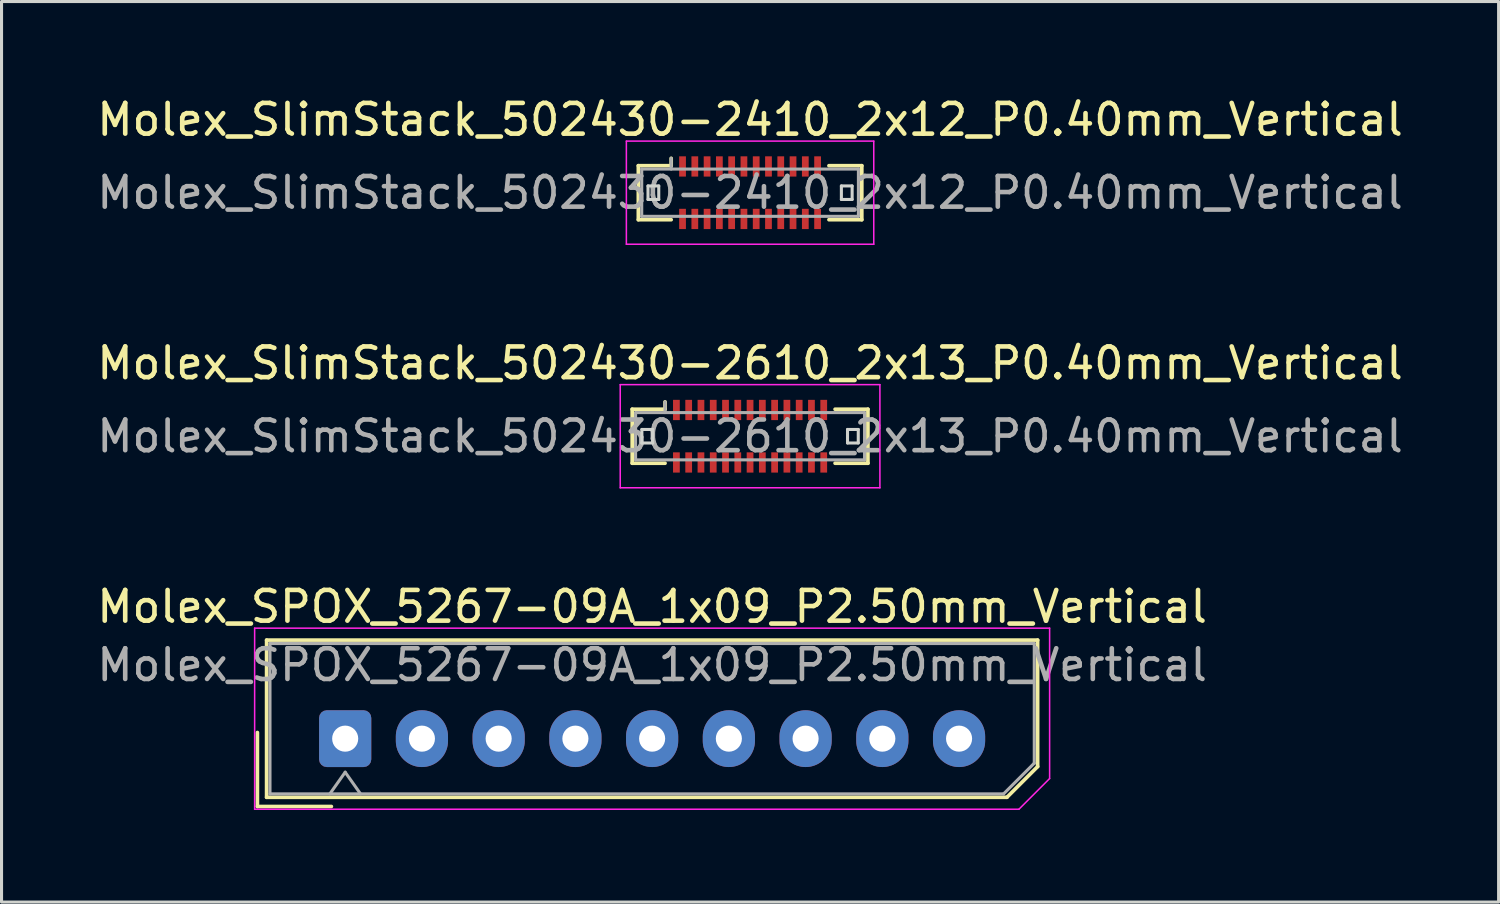
<source format=kicad_pcb>
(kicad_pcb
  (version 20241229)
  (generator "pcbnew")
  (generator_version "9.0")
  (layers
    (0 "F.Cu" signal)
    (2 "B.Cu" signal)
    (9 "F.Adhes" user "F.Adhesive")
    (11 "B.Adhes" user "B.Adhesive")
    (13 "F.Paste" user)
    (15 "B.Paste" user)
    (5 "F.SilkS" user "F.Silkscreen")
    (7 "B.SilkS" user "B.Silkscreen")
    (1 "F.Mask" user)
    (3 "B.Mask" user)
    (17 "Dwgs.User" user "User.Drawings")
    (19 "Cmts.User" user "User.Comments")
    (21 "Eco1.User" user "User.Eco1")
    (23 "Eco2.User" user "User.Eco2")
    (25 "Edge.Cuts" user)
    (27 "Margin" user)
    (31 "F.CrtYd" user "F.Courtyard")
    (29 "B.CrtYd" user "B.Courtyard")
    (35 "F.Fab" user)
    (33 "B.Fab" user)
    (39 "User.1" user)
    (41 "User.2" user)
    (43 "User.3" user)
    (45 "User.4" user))
  (footprint "Molex_SlimStack_502430-2410_2x12_P0.40mm_Vertical"
    (layer "F.Cu")
    (at 21.387 3.228)
    (property "Reference" "Molex_SlimStack_502430-2410_2x12_P0.40mm_Vertical" (at 0 -2.38 0) (layer "F.SilkS") (effects (font (size 1 1) (thickness 0.15))))
    (attr smd)
    (fp_line (start -3.64 -0.88) (end -2.57 -0.88) (stroke (width 0.12) (type solid)) (layer "F.SilkS"))
    (fp_line (start -3.64 0.88) (end -3.64 -0.88) (stroke (width 0.12) (type solid)) (layer "F.SilkS"))
    (fp_line (start -2.57 -0.88) (end -2.57 -1.12) (stroke (width 0.12) (type solid)) (layer "F.SilkS"))
    (fp_line (start -2.57 0.88) (end -3.64 0.88) (stroke (width 0.12) (type solid)) (layer "F.SilkS"))
    (fp_line (start 2.57 0.88) (end 3.64 0.88) (stroke (width 0.12) (type solid)) (layer "F.SilkS"))
    (fp_line (start 3.64 -0.88) (end 2.57 -0.88) (stroke (width 0.12) (type solid)) (layer "F.SilkS"))
    (fp_line (start 3.64 0.88) (end 3.64 -0.88) (stroke (width 0.12) (type solid)) (layer "F.SilkS"))
    (fp_line (start -3.325 -0.22) (end -3.325 0.22) (stroke (width 0.1) (type solid)) (layer "Edge.Cuts"))
    (fp_line (start -3.325 0.22) (end -2.975 0.22) (stroke (width 0.1) (type solid)) (layer "Edge.Cuts"))
    (fp_line (start -2.975 -0.22) (end -3.325 -0.22) (stroke (width 0.1) (type solid)) (layer "Edge.Cuts"))
    (fp_line (start -2.975 0.22) (end -2.975 -0.22) (stroke (width 0.1) (type solid)) (layer "Edge.Cuts"))
    (fp_line (start 2.975 -0.22) (end 2.975 0.22) (stroke (width 0.1) (type solid)) (layer "Edge.Cuts"))
    (fp_line (start 2.975 0.22) (end 3.325 0.22) (stroke (width 0.1) (type solid)) (layer "Edge.Cuts"))
    (fp_line (start 3.325 -0.22) (end 2.975 -0.22) (stroke (width 0.1) (type solid)) (layer "Edge.Cuts"))
    (fp_line (start 3.325 0.22) (end 3.325 -0.22) (stroke (width 0.1) (type solid)) (layer "Edge.Cuts"))
    (fp_line (start -4.03 -1.68) (end -4.03 1.68) (stroke (width 0.05) (type solid)) (layer "F.CrtYd"))
    (fp_line (start -4.03 1.68) (end 4.03 1.68) (stroke (width 0.05) (type solid)) (layer "F.CrtYd"))
    (fp_line (start 4.03 -1.68) (end -4.03 -1.68) (stroke (width 0.05) (type solid)) (layer "F.CrtYd"))
    (fp_line (start 4.03 1.68) (end 4.03 -1.68) (stroke (width 0.05) (type solid)) (layer "F.CrtYd"))
    (fp_line (start -3.53 -0.77) (end -3.53 0.77) (stroke (width 0.1) (type solid)) (layer "F.Fab"))
    (fp_line (start -3.53 0.77) (end 3.53 0.77) (stroke (width 0.1) (type solid)) (layer "F.Fab"))
    (fp_line (start -2.57 -0.77) (end -2.57 -1.12) (stroke (width 0.1) (type solid)) (layer "F.Fab"))
    (fp_line (start 3.53 -0.77) (end -3.53 -0.77) (stroke (width 0.1) (type solid)) (layer "F.Fab"))
    (fp_line (start 3.53 0.77) (end 3.53 -0.77) (stroke (width 0.1) (type solid)) (layer "F.Fab"))
    (fp_text user "${REFERENCE}" (at 0 0 0) (layer "F.Fab") (effects (font (size 1 1) (thickness 0.15))))
    (pad "1" smd rect (at -2.2 -0.855) (size 0.22 0.66) (layers "F.Cu" "F.Mask" "F.Paste"))
    (pad "2" smd rect (at -2.2 0.855) (size 0.22 0.66) (layers "F.Cu" "F.Mask" "F.Paste"))
    (pad "3" smd rect (at -1.8 -0.855) (size 0.22 0.66) (layers "F.Cu" "F.Mask" "F.Paste"))
    (pad "4" smd rect (at -1.8 0.855) (size 0.22 0.66) (layers "F.Cu" "F.Mask" "F.Paste"))
    (pad "5" smd rect (at -1.4 -0.855) (size 0.22 0.66) (layers "F.Cu" "F.Mask" "F.Paste"))
    (pad "6" smd rect (at -1.4 0.855) (size 0.22 0.66) (layers "F.Cu" "F.Mask" "F.Paste"))
    (pad "7" smd rect (at -1 -0.855) (size 0.22 0.66) (layers "F.Cu" "F.Mask" "F.Paste"))
    (pad "8" smd rect (at -1 0.855) (size 0.22 0.66) (layers "F.Cu" "F.Mask" "F.Paste"))
    (pad "9" smd rect (at -0.6 -0.855) (size 0.22 0.66) (layers "F.Cu" "F.Mask" "F.Paste"))
    (pad "10" smd rect (at -0.6 0.855) (size 0.22 0.66) (layers "F.Cu" "F.Mask" "F.Paste"))
    (pad "11" smd rect (at -0.2 -0.855) (size 0.22 0.66) (layers "F.Cu" "F.Mask" "F.Paste"))
    (pad "12" smd rect (at -0.2 0.855) (size 0.22 0.66) (layers "F.Cu" "F.Mask" "F.Paste"))
    (pad "13" smd rect (at 0.2 -0.855) (size 0.22 0.66) (layers "F.Cu" "F.Mask" "F.Paste"))
    (pad "14" smd rect (at 0.2 0.855) (size 0.22 0.66) (layers "F.Cu" "F.Mask" "F.Paste"))
    (pad "15" smd rect (at 0.6 -0.855) (size 0.22 0.66) (layers "F.Cu" "F.Mask" "F.Paste"))
    (pad "16" smd rect (at 0.6 0.855) (size 0.22 0.66) (layers "F.Cu" "F.Mask" "F.Paste"))
    (pad "17" smd rect (at 1 -0.855) (size 0.22 0.66) (layers "F.Cu" "F.Mask" "F.Paste"))
    (pad "18" smd rect (at 1 0.855) (size 0.22 0.66) (layers "F.Cu" "F.Mask" "F.Paste"))
    (pad "19" smd rect (at 1.4 -0.855) (size 0.22 0.66) (layers "F.Cu" "F.Mask" "F.Paste"))
    (pad "20" smd rect (at 1.4 0.855) (size 0.22 0.66) (layers "F.Cu" "F.Mask" "F.Paste"))
    (pad "21" smd rect (at 1.8 -0.855) (size 0.22 0.66) (layers "F.Cu" "F.Mask" "F.Paste"))
    (pad "22" smd rect (at 1.8 0.855) (size 0.22 0.66) (layers "F.Cu" "F.Mask" "F.Paste"))
    (pad "23" smd rect (at 2.2 -0.855) (size 0.22 0.66) (layers "F.Cu" "F.Mask" "F.Paste"))
    (pad "24" smd rect (at 2.2 0.855) (size 0.22 0.66) (layers "F.Cu" "F.Mask" "F.Paste")))
  (footprint "Molex_SlimStack_502430-2610_2x13_P0.40mm_Vertical"
    (layer "F.Cu")
    (at 21.387 11.162)
    (property "Reference" "Molex_SlimStack_502430-2610_2x13_P0.40mm_Vertical" (at 0 -2.38 0) (layer "F.SilkS") (effects (font (size 1 1) (thickness 0.15))))
    (attr smd)
    (fp_line (start -3.84 -0.88) (end -2.77 -0.88) (stroke (width 0.12) (type solid)) (layer "F.SilkS"))
    (fp_line (start -3.84 0.88) (end -3.84 -0.88) (stroke (width 0.12) (type solid)) (layer "F.SilkS"))
    (fp_line (start -2.77 -0.88) (end -2.77 -1.12) (stroke (width 0.12) (type solid)) (layer "F.SilkS"))
    (fp_line (start -2.77 0.88) (end -3.84 0.88) (stroke (width 0.12) (type solid)) (layer "F.SilkS"))
    (fp_line (start 2.77 0.88) (end 3.84 0.88) (stroke (width 0.12) (type solid)) (layer "F.SilkS"))
    (fp_line (start 3.84 -0.88) (end 2.77 -0.88) (stroke (width 0.12) (type solid)) (layer "F.SilkS"))
    (fp_line (start 3.84 0.88) (end 3.84 -0.88) (stroke (width 0.12) (type solid)) (layer "F.SilkS"))
    (fp_line (start -3.525 -0.22) (end -3.525 0.22) (stroke (width 0.1) (type solid)) (layer "Edge.Cuts"))
    (fp_line (start -3.525 0.22) (end -3.175 0.22) (stroke (width 0.1) (type solid)) (layer "Edge.Cuts"))
    (fp_line (start -3.175 -0.22) (end -3.525 -0.22) (stroke (width 0.1) (type solid)) (layer "Edge.Cuts"))
    (fp_line (start -3.175 0.22) (end -3.175 -0.22) (stroke (width 0.1) (type solid)) (layer "Edge.Cuts"))
    (fp_line (start 3.175 -0.22) (end 3.175 0.22) (stroke (width 0.1) (type solid)) (layer "Edge.Cuts"))
    (fp_line (start 3.175 0.22) (end 3.525 0.22) (stroke (width 0.1) (type solid)) (layer "Edge.Cuts"))
    (fp_line (start 3.525 -0.22) (end 3.175 -0.22) (stroke (width 0.1) (type solid)) (layer "Edge.Cuts"))
    (fp_line (start 3.525 0.22) (end 3.525 -0.22) (stroke (width 0.1) (type solid)) (layer "Edge.Cuts"))
    (fp_line (start -4.23 -1.68) (end -4.23 1.68) (stroke (width 0.05) (type solid)) (layer "F.CrtYd"))
    (fp_line (start -4.23 1.68) (end 4.23 1.68) (stroke (width 0.05) (type solid)) (layer "F.CrtYd"))
    (fp_line (start 4.23 -1.68) (end -4.23 -1.68) (stroke (width 0.05) (type solid)) (layer "F.CrtYd"))
    (fp_line (start 4.23 1.68) (end 4.23 -1.68) (stroke (width 0.05) (type solid)) (layer "F.CrtYd"))
    (fp_line (start -3.73 -0.77) (end -3.73 0.77) (stroke (width 0.1) (type solid)) (layer "F.Fab"))
    (fp_line (start -3.73 0.77) (end 3.73 0.77) (stroke (width 0.1) (type solid)) (layer "F.Fab"))
    (fp_line (start -2.77 -0.77) (end -2.77 -1.12) (stroke (width 0.1) (type solid)) (layer "F.Fab"))
    (fp_line (start 3.73 -0.77) (end -3.73 -0.77) (stroke (width 0.1) (type solid)) (layer "F.Fab"))
    (fp_line (start 3.73 0.77) (end 3.73 -0.77) (stroke (width 0.1) (type solid)) (layer "F.Fab"))
    (fp_text user "${REFERENCE}" (at 0 0 0) (layer "F.Fab") (effects (font (size 1 1) (thickness 0.15))))
    (pad "1" smd rect (at -2.4 -0.855) (size 0.22 0.66) (layers "F.Cu" "F.Mask" "F.Paste"))
    (pad "2" smd rect (at -2.4 0.855) (size 0.22 0.66) (layers "F.Cu" "F.Mask" "F.Paste"))
    (pad "3" smd rect (at -2 -0.855) (size 0.22 0.66) (layers "F.Cu" "F.Mask" "F.Paste"))
    (pad "4" smd rect (at -2 0.855) (size 0.22 0.66) (layers "F.Cu" "F.Mask" "F.Paste"))
    (pad "5" smd rect (at -1.6 -0.855) (size 0.22 0.66) (layers "F.Cu" "F.Mask" "F.Paste"))
    (pad "6" smd rect (at -1.6 0.855) (size 0.22 0.66) (layers "F.Cu" "F.Mask" "F.Paste"))
    (pad "7" smd rect (at -1.2 -0.855) (size 0.22 0.66) (layers "F.Cu" "F.Mask" "F.Paste"))
    (pad "8" smd rect (at -1.2 0.855) (size 0.22 0.66) (layers "F.Cu" "F.Mask" "F.Paste"))
    (pad "9" smd rect (at -0.8 -0.855) (size 0.22 0.66) (layers "F.Cu" "F.Mask" "F.Paste"))
    (pad "10" smd rect (at -0.8 0.855) (size 0.22 0.66) (layers "F.Cu" "F.Mask" "F.Paste"))
    (pad "11" smd rect (at -0.4 -0.855) (size 0.22 0.66) (layers "F.Cu" "F.Mask" "F.Paste"))
    (pad "12" smd rect (at -0.4 0.855) (size 0.22 0.66) (layers "F.Cu" "F.Mask" "F.Paste"))
    (pad "13" smd rect (at 0 -0.855) (size 0.22 0.66) (layers "F.Cu" "F.Mask" "F.Paste"))
    (pad "14" smd rect (at 0 0.855) (size 0.22 0.66) (layers "F.Cu" "F.Mask" "F.Paste"))
    (pad "15" smd rect (at 0.4 -0.855) (size 0.22 0.66) (layers "F.Cu" "F.Mask" "F.Paste"))
    (pad "16" smd rect (at 0.4 0.855) (size 0.22 0.66) (layers "F.Cu" "F.Mask" "F.Paste"))
    (pad "17" smd rect (at 0.8 -0.855) (size 0.22 0.66) (layers "F.Cu" "F.Mask" "F.Paste"))
    (pad "18" smd rect (at 0.8 0.855) (size 0.22 0.66) (layers "F.Cu" "F.Mask" "F.Paste"))
    (pad "19" smd rect (at 1.2 -0.855) (size 0.22 0.66) (layers "F.Cu" "F.Mask" "F.Paste"))
    (pad "20" smd rect (at 1.2 0.855) (size 0.22 0.66) (layers "F.Cu" "F.Mask" "F.Paste"))
    (pad "21" smd rect (at 1.6 -0.855) (size 0.22 0.66) (layers "F.Cu" "F.Mask" "F.Paste"))
    (pad "22" smd rect (at 1.6 0.855) (size 0.22 0.66) (layers "F.Cu" "F.Mask" "F.Paste"))
    (pad "23" smd rect (at 2 -0.855) (size 0.22 0.66) (layers "F.Cu" "F.Mask" "F.Paste"))
    (pad "24" smd rect (at 2 0.855) (size 0.22 0.66) (layers "F.Cu" "F.Mask" "F.Paste"))
    (pad "25" smd rect (at 2.4 -0.855) (size 0.22 0.66) (layers "F.Cu" "F.Mask" "F.Paste"))
    (pad "26" smd rect (at 2.4 0.855) (size 0.22 0.66) (layers "F.Cu" "F.Mask" "F.Paste")))
  (footprint "Molex_SPOX_5267-09A_1x09_P2.50mm_Vertical"
    (layer "F.Cu")
    (at 8.196 21.015)
    (property "Reference" "Molex_SPOX_5267-09A_1x09_P2.50mm_Vertical" (at 10 -4.3 0) (layer "F.SilkS") (effects (font (size 1 1) (thickness 0.15))))
    (attr through_hole)
    (fp_line (start -2.86 -0.2) (end -2.86 2.21) (stroke (width 0.12) (type solid)) (layer "F.SilkS"))
    (fp_line (start -2.86 2.21) (end -0.45 2.21) (stroke (width 0.12) (type solid)) (layer "F.SilkS"))
    (fp_line (start -2.56 -3.21) (end -2.56 1.91) (stroke (width 0.12) (type solid)) (layer "F.SilkS"))
    (fp_line (start -2.56 1.91) (end 21.56 1.91) (stroke (width 0.12) (type solid)) (layer "F.SilkS"))
    (fp_line (start 21.56 1.91) (end 22.56 0.91) (stroke (width 0.12) (type solid)) (layer "F.SilkS"))
    (fp_line (start 22.56 -3.21) (end -2.56 -3.21) (stroke (width 0.12) (type solid)) (layer "F.SilkS"))
    (fp_line (start 22.56 0.91) (end 22.56 -3.21) (stroke (width 0.12) (type solid)) (layer "F.SilkS"))
    (fp_line (start -2.95 -3.6) (end -2.95 2.3) (stroke (width 0.05) (type solid)) (layer "F.CrtYd"))
    (fp_line (start -2.95 2.3) (end 21.95 2.3) (stroke (width 0.05) (type solid)) (layer "F.CrtYd"))
    (fp_line (start 21.95 2.3) (end 22.95 1.3) (stroke (width 0.05) (type solid)) (layer "F.CrtYd"))
    (fp_line (start 22.95 -3.6) (end -2.95 -3.6) (stroke (width 0.05) (type solid)) (layer "F.CrtYd"))
    (fp_line (start 22.95 1.3) (end 22.95 -3.6) (stroke (width 0.05) (type solid)) (layer "F.CrtYd"))
    (fp_line (start -2.45 -3.1) (end -2.45 1.8) (stroke (width 0.1) (type solid)) (layer "F.Fab"))
    (fp_line (start -2.45 1.8) (end 21.45 1.8) (stroke (width 0.1) (type solid)) (layer "F.Fab"))
    (fp_line (start -0.5 1.8) (end 0 1.093) (stroke (width 0.1) (type solid)) (layer "F.Fab"))
    (fp_line (start 0 1.093) (end 0.5 1.8) (stroke (width 0.1) (type solid)) (layer "F.Fab"))
    (fp_line (start 21.45 1.8) (end 22.45 0.8) (stroke (width 0.1) (type solid)) (layer "F.Fab"))
    (fp_line (start 22.45 -3.1) (end -2.45 -3.1) (stroke (width 0.1) (type solid)) (layer "F.Fab"))
    (fp_line (start 22.45 0.8) (end 22.45 -3.1) (stroke (width 0.1) (type solid)) (layer "F.Fab"))
    (fp_text user "${REFERENCE}" (at 10 -2.4 0) (layer "F.Fab") (effects (font (size 1 1) (thickness 0.15))))
    (pad "1" thru_hole roundrect (at 0 0) (size 1.7 1.85) (drill 0.85) (layers "*.Cu" "*.Mask") (roundrect_rratio 0.147))
    (pad "2" thru_hole oval (at 2.5 0) (size 1.7 1.85) (drill 0.85) (layers "*.Cu" "*.Mask"))
    (pad "3" thru_hole oval (at 5 0) (size 1.7 1.85) (drill 0.85) (layers "*.Cu" "*.Mask"))
    (pad "4" thru_hole oval (at 7.5 0) (size 1.7 1.85) (drill 0.85) (layers "*.Cu" "*.Mask"))
    (pad "5" thru_hole oval (at 10 0) (size 1.7 1.85) (drill 0.85) (layers "*.Cu" "*.Mask"))
    (pad "6" thru_hole oval (at 12.5 0) (size 1.7 1.85) (drill 0.85) (layers "*.Cu" "*.Mask"))
    (pad "7" thru_hole oval (at 15 0) (size 1.7 1.85) (drill 0.85) (layers "*.Cu" "*.Mask"))
    (pad "8" thru_hole oval (at 17.5 0) (size 1.7 1.85) (drill 0.85) (layers "*.Cu" "*.Mask"))
    (pad "9" thru_hole oval (at 20 0) (size 1.7 1.85) (drill 0.85) (layers "*.Cu" "*.Mask")))
  (gr_rect
    (start -3 -3)
    (end 45.774 26.34)
    (stroke (width 0.1) (type default))
    (fill no)
    (layer "Edge.Cuts")))
</source>
